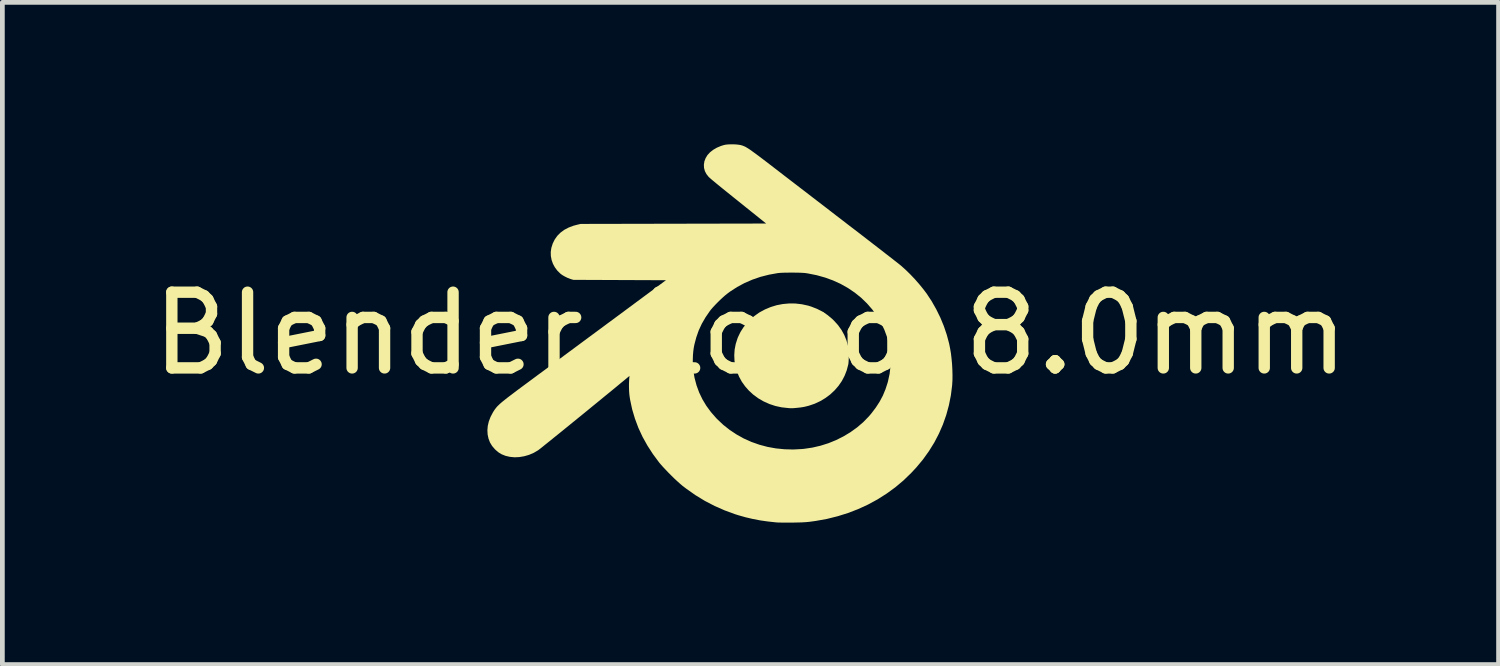
<source format=kicad_pcb>
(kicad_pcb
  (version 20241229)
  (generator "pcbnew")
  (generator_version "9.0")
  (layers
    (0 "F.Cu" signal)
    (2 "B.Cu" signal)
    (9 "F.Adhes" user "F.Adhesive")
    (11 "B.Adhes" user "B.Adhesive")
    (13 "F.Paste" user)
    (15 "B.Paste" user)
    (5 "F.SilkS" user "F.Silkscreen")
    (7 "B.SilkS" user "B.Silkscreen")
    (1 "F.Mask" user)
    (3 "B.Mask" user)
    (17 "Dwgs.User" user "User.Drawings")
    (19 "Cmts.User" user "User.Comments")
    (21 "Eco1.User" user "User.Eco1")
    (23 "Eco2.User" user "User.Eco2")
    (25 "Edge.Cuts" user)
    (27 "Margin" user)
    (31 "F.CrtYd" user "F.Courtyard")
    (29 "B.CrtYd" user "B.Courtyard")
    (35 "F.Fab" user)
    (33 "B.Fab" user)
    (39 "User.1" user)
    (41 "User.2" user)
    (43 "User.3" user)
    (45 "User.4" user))
  (footprint "Blender Logo 8.0mm"
    (layer "F.Cu")
    (at 12.81 3.997)
    (property "Reference" "Blender Logo 8.0mm" (at 0 0 180) (layer "F.SilkS") (effects (font (size 1.6 1.6) (thickness 0.24))))
    (attr board_only exclude_from_pos_files exclude_from_bom)
    (fp_poly (pts (xy 0.951 -0.633) (xy 1.086 -0.617) (xy 1.219 -0.588) (xy 1.283 -0.568) (xy 1.406 -0.52) (xy 1.52 -0.462) (xy 1.625 -0.392) (xy 1.725 -0.309) (xy 1.762 -0.273) (xy 1.85 -0.176) (xy 1.923 -0.074) (xy 1.982 0.033) (xy 2.028 0.146) (xy 2.062 0.268) (xy 2.062 0.269) (xy 2.068 0.309) (xy 2.073 0.36) (xy 2.076 0.418) (xy 2.077 0.479) (xy 2.076 0.539) (xy 2.073 0.594) (xy 2.069 0.639) (xy 2.066 0.656) (xy 2.034 0.778) (xy 1.989 0.894) (xy 1.931 1.004) (xy 1.86 1.107) (xy 1.778 1.202) (xy 1.686 1.288) (xy 1.584 1.364) (xy 1.474 1.43) (xy 1.356 1.485) (xy 1.23 1.528) (xy 1.136 1.551) (xy 1.1 1.557) (xy 1.056 1.564) (xy 1.008 1.569) (xy 0.96 1.574) (xy 0.915 1.578) (xy 0.878 1.58) (xy 0.852 1.58) (xy 0.852 1.58) (xy 0.833 1.579) (xy 0.806 1.577) (xy 0.794 1.576) (xy 0.658 1.561) (xy 0.528 1.533) (xy 0.403 1.492) (xy 0.28 1.437) (xy 0.276 1.435) (xy 0.162 1.369) (xy 0.059 1.293) (xy -0.033 1.209) (xy -0.114 1.117) (xy -0.184 1.019) (xy -0.241 0.914) (xy -0.286 0.805) (xy -0.319 0.692) (xy -0.338 0.577) (xy -0.343 0.459) (xy -0.335 0.34) (xy -0.312 0.222) (xy -0.275 0.105) (xy -0.265 0.08) (xy -0.212 -0.031) (xy -0.146 -0.134) (xy -0.067 -0.231) (xy -0.02 -0.28) (xy 0.08 -0.368) (xy 0.188 -0.444) (xy 0.304 -0.507) (xy 0.426 -0.558) (xy 0.553 -0.597) (xy 0.683 -0.622) (xy 0.817 -0.634)) (stroke (width 0) (type solid)) (fill yes) (layer "F.SilkS"))
    (fp_poly (pts (xy -0.357 -3.997) (xy -0.299 -3.994) (xy -0.248 -3.988) (xy -0.212 -3.982) (xy -0.192 -3.977) (xy -0.173 -3.971) (xy -0.155 -3.965) (xy -0.136 -3.957) (xy -0.115 -3.948) (xy -0.093 -3.936) (xy -0.068 -3.921) (xy -0.039 -3.903) (xy -0.005 -3.88) (xy 0.033 -3.853) (xy 0.077 -3.821) (xy 0.128 -3.784) (xy 0.187 -3.74) (xy 0.254 -3.689) (xy 0.329 -3.632) (xy 0.415 -3.566) (xy 0.51 -3.493) (xy 0.618 -3.41) (xy 0.636 -3.396) (xy 0.724 -3.328) (xy 0.823 -3.252) (xy 0.931 -3.169) (xy 1.047 -3.08) (xy 1.17 -2.986) (xy 1.297 -2.888) (xy 1.427 -2.788) (xy 1.559 -2.687) (xy 1.691 -2.585) (xy 1.822 -2.484) (xy 1.95 -2.386) (xy 2.074 -2.29) (xy 2.192 -2.2) (xy 2.298 -2.119) (xy 2.401 -2.039) (xy 2.501 -1.962) (xy 2.598 -1.887) (xy 2.69 -1.816) (xy 2.777 -1.749) (xy 2.857 -1.686) (xy 2.931 -1.629) (xy 2.997 -1.578) (xy 3.054 -1.533) (xy 3.103 -1.495) (xy 3.142 -1.464) (xy 3.169 -1.442) (xy 3.186 -1.428) (xy 3.186 -1.428) (xy 3.28 -1.344) (xy 3.377 -1.249) (xy 3.473 -1.148) (xy 3.565 -1.043) (xy 3.65 -0.939) (xy 3.721 -0.845) (xy 3.828 -0.683) (xy 3.925 -0.512) (xy 4.012 -0.335) (xy 4.087 -0.153) (xy 4.149 0.031) (xy 4.198 0.215) (xy 4.218 0.315) (xy 4.236 0.42) (xy 4.249 0.533) (xy 4.26 0.65) (xy 4.266 0.767) (xy 4.269 0.881) (xy 4.268 0.987) (xy 4.262 1.083) (xy 4.262 1.09) (xy 4.235 1.306) (xy 4.193 1.517) (xy 4.137 1.722) (xy 4.067 1.922) (xy 3.982 2.117) (xy 3.884 2.305) (xy 3.771 2.487) (xy 3.645 2.663) (xy 3.505 2.831) (xy 3.397 2.947) (xy 3.233 3.106) (xy 3.059 3.252) (xy 2.876 3.385) (xy 2.684 3.507) (xy 2.485 3.615) (xy 2.277 3.711) (xy 2.062 3.794) (xy 1.841 3.863) (xy 1.612 3.92) (xy 1.378 3.962) (xy 1.262 3.978) (xy 1.217 3.983) (xy 1.172 3.987) (xy 1.125 3.99) (xy 1.074 3.993) (xy 1.016 3.994) (xy 0.948 3.996) (xy 0.867 3.997) (xy 0.867 3.997) (xy 0.802 3.997) (xy 0.738 3.997) (xy 0.679 3.997) (xy 0.625 3.996) (xy 0.581 3.995) (xy 0.549 3.993) (xy 0.537 3.992) (xy 0.364 3.973) (xy 0.203 3.95) (xy 0.048 3.92) (xy -0.102 3.885) (xy -0.254 3.842) (xy -0.327 3.819) (xy -0.545 3.739) (xy -0.757 3.646) (xy -0.963 3.539) (xy -1.162 3.418) (xy -1.354 3.283) (xy -1.438 3.219) (xy -1.487 3.177) (xy -1.544 3.126) (xy -1.606 3.069) (xy -1.67 3.006) (xy -1.734 2.942) (xy -1.795 2.878) (xy -1.852 2.817) (xy -1.901 2.762) (xy -1.931 2.726) (xy -2.062 2.549) (xy -2.179 2.368) (xy -2.282 2.183) (xy -2.37 1.993) (xy -2.442 1.8) (xy -2.501 1.602) (xy -2.544 1.4) (xy -2.554 1.336) (xy -2.561 1.278) (xy -2.566 1.209) (xy -2.568 1.136) (xy -2.568 1.062) (xy -2.565 0.993) (xy -2.563 0.961) (xy -2.557 0.897) (xy -2.616 0.946) (xy -2.676 0.996) (xy -2.744 1.051) (xy -2.817 1.112) (xy -2.896 1.177) (xy -2.98 1.246) (xy -3.069 1.318) (xy -3.16 1.393) (xy -3.254 1.47) (xy -3.35 1.548) (xy -3.446 1.627) (xy -3.543 1.706) (xy -3.639 1.784) (xy -3.734 1.861) (xy -3.827 1.937) (xy -3.917 2.01) (xy -4.003 2.08) (xy -4.085 2.146) (xy -4.162 2.208) (xy -4.232 2.265) (xy -4.296 2.316) (xy -4.352 2.361) (xy -4.4 2.4) (xy -4.439 2.431) (xy -4.468 2.453) (xy -4.486 2.467) (xy -4.492 2.471) (xy -4.585 2.525) (xy -4.682 2.566) (xy -4.783 2.595) (xy -4.884 2.612) (xy -4.984 2.617) (xy -5.081 2.608) (xy -5.174 2.587) (xy -5.184 2.583) (xy -5.257 2.554) (xy -5.321 2.516) (xy -5.381 2.466) (xy -5.402 2.446) (xy -5.461 2.377) (xy -5.506 2.302) (xy -5.537 2.22) (xy -5.555 2.134) (xy -5.56 2.045) (xy -5.552 1.953) (xy -5.53 1.859) (xy -5.494 1.765) (xy -5.445 1.671) (xy -5.428 1.643) (xy -5.413 1.62) (xy -5.398 1.599) (xy -5.382 1.578) (xy -5.365 1.557) (xy -5.345 1.535) (xy -5.322 1.513) (xy -5.296 1.488) (xy -5.265 1.461) (xy -5.228 1.43) (xy -5.185 1.396) (xy -5.136 1.357) (xy -5.078 1.313) (xy -5.012 1.263) (xy -4.937 1.206) (xy -4.852 1.143) (xy -4.756 1.072) (xy -4.648 0.992) (xy -4.645 0.99) (xy -4.574 0.937) (xy -4.492 0.876) (xy -4.399 0.808) (xy -4.297 0.733) (xy -4.188 0.652) (xy -4.161 0.632) (xy -1.22 0.632) (xy -1.216 0.713) (xy -1.21 0.775) (xy -1.182 0.94) (xy -1.14 1.097) (xy -1.085 1.247) (xy -1.016 1.391) (xy -0.933 1.529) (xy -0.836 1.661) (xy -0.725 1.788) (xy -0.707 1.807) (xy -0.578 1.929) (xy -0.44 2.038) (xy -0.294 2.135) (xy -0.141 2.22) (xy 0.02 2.292) (xy 0.187 2.351) (xy 0.36 2.397) (xy 0.537 2.429) (xy 0.718 2.447) (xy 0.903 2.452) (xy 1.09 2.442) (xy 1.132 2.438) (xy 1.308 2.412) (xy 1.48 2.372) (xy 1.648 2.319) (xy 1.81 2.253) (xy 1.965 2.175) (xy 2.113 2.086) (xy 2.252 1.986) (xy 2.381 1.876) (xy 2.499 1.755) (xy 2.552 1.693) (xy 2.647 1.568) (xy 2.728 1.443) (xy 2.797 1.314) (xy 2.853 1.179) (xy 2.899 1.037) (xy 2.906 1.01) (xy 2.94 0.853) (xy 2.958 0.695) (xy 2.962 0.537) (xy 2.95 0.38) (xy 2.924 0.224) (xy 2.884 0.071) (xy 2.829 -0.078) (xy 2.76 -0.223) (xy 2.678 -0.363) (xy 2.676 -0.365) (xy 2.575 -0.505) (xy 2.462 -0.635) (xy 2.339 -0.754) (xy 2.205 -0.862) (xy 2.062 -0.959) (xy 1.909 -1.045) (xy 1.748 -1.119) (xy 1.578 -1.181) (xy 1.4 -1.231) (xy 1.215 -1.268) (xy 1.163 -1.276) (xy 1.13 -1.279) (xy 1.085 -1.282) (xy 1.03 -1.284) (xy 0.968 -1.285) (xy 0.902 -1.286) (xy 0.834 -1.286) (xy 0.768 -1.285) (xy 0.707 -1.284) (xy 0.653 -1.282) (xy 0.609 -1.279) (xy 0.579 -1.276) (xy 0.39 -1.242) (xy 0.21 -1.196) (xy 0.039 -1.137) (xy -0.125 -1.066) (xy -0.282 -0.982) (xy -0.433 -0.884) (xy -0.484 -0.846) (xy -0.531 -0.809) (xy -0.583 -0.763) (xy -0.639 -0.711) (xy -0.695 -0.656) (xy -0.749 -0.601) (xy -0.798 -0.548) (xy -0.839 -0.5) (xy -0.858 -0.475) (xy -0.951 -0.34) (xy -1.03 -0.203) (xy -1.095 -0.062) (xy -1.146 0.084) (xy -1.186 0.236) (xy -1.199 0.303) (xy -1.209 0.376) (xy -1.216 0.458) (xy -1.219 0.545) (xy -1.22 0.632) (xy -4.161 0.632) (xy -4.071 0.565) (xy -3.949 0.475) (xy -3.822 0.381) (xy -3.692 0.285) (xy -3.56 0.187) (xy -3.426 0.088) (xy -3.292 -0.011) (xy -3.159 -0.109) (xy -3.029 -0.206) (xy -2.923 -0.284) (xy -1.787 -1.125) (xy -2.765 -1.129) (xy -3.743 -1.133) (xy -3.801 -1.15) (xy -3.862 -1.173) (xy -3.923 -1.203) (xy -3.98 -1.236) (xy -4.015 -1.262) (xy -4.079 -1.324) (xy -4.132 -1.394) (xy -4.174 -1.471) (xy -4.203 -1.552) (xy -4.219 -1.637) (xy -4.221 -1.722) (xy -4.209 -1.805) (xy -4.209 -1.807) (xy -4.179 -1.902) (xy -4.136 -1.988) (xy -4.082 -2.064) (xy -4.015 -2.131) (xy -3.937 -2.189) (xy -3.846 -2.237) (xy -3.744 -2.276) (xy -3.665 -2.297) (xy -3.59 -2.315) (xy -1.629 -2.319) (xy 0.331 -2.323) (xy 0.049 -2.549) (xy -0.019 -2.604) (xy -0.097 -2.666) (xy -0.18 -2.733) (xy -0.266 -2.802) (xy -0.352 -2.871) (xy -0.434 -2.937) (xy -0.51 -2.998) (xy -0.537 -3.02) (xy -0.598 -3.069) (xy -0.656 -3.116) (xy -0.711 -3.161) (xy -0.761 -3.203) (xy -0.805 -3.239) (xy -0.84 -3.269) (xy -0.867 -3.293) (xy -0.883 -3.307) (xy -0.884 -3.309) (xy -0.931 -3.368) (xy -0.964 -3.432) (xy -0.982 -3.499) (xy -0.985 -3.568) (xy -0.974 -3.638) (xy -0.948 -3.706) (xy -0.909 -3.77) (xy -0.856 -3.828) (xy -0.79 -3.88) (xy -0.713 -3.925) (xy -0.626 -3.962) (xy -0.561 -3.982) (xy -0.522 -3.99) (xy -0.472 -3.995) (xy -0.416 -3.997)) (stroke (width 0) (type solid)) (fill yes) (layer "F.SilkS")))
  (gr_rect
    (start -3 -3)
    (end 28.619 10.994)
    (stroke (width 0.1) (type default))
    (fill no)
    (layer "Edge.Cuts")))
</source>
